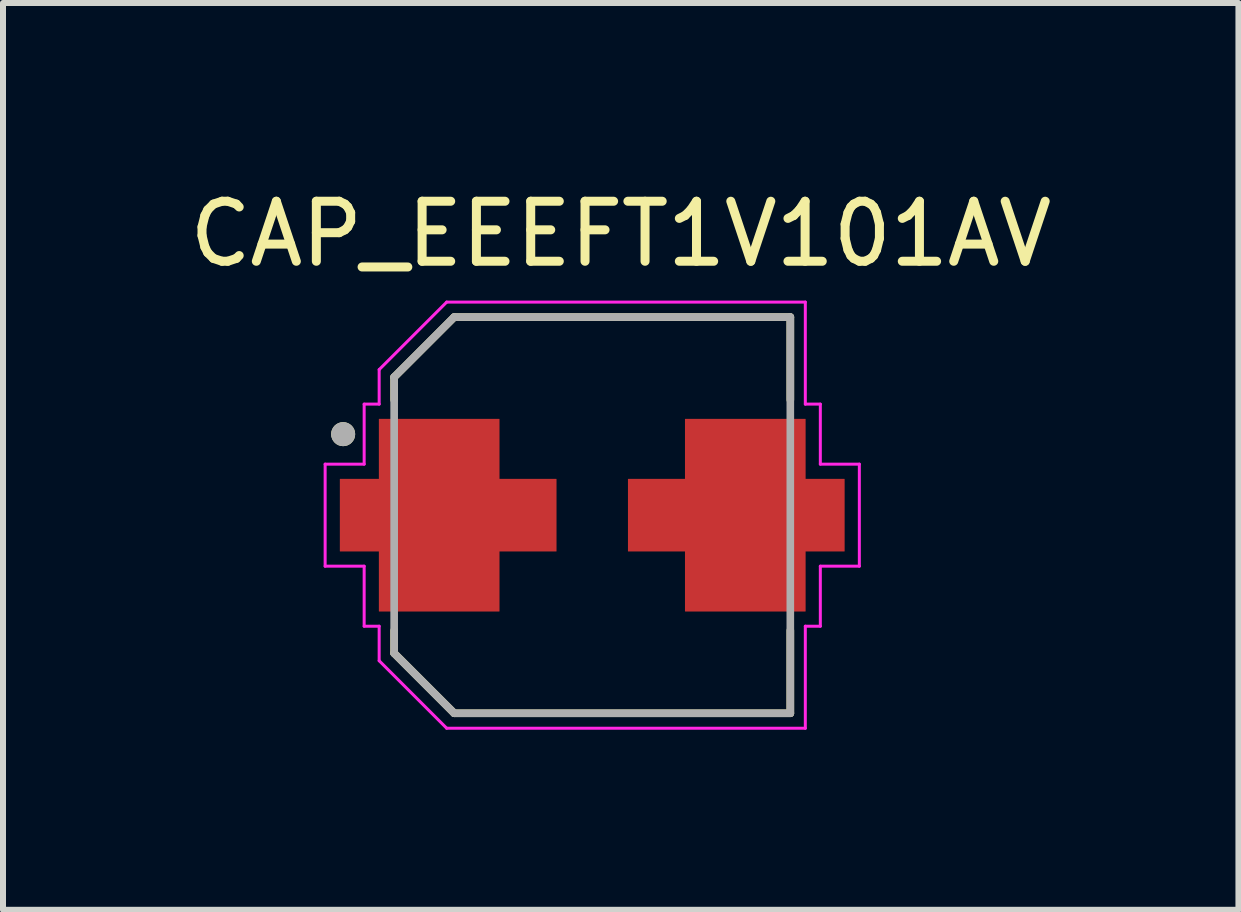
<source format=kicad_pcb>
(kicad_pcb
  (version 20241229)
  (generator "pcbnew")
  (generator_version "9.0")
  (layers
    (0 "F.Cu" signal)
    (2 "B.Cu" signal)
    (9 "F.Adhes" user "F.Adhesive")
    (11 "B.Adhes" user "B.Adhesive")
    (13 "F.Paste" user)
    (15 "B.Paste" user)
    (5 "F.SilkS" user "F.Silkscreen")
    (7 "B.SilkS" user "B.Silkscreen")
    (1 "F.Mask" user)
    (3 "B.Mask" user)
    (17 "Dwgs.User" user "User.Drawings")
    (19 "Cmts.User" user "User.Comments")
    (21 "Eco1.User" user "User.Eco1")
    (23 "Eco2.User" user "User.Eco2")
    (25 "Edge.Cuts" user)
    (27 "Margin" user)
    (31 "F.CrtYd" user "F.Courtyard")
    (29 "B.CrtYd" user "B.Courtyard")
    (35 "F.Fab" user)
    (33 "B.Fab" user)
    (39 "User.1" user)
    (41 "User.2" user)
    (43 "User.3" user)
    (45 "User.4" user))
  (footprint "CAP_EEEFT1V101AV"
    (layer "F.Cu")
    (at 6.817 5.533)
    (property "Reference" "CAP_EEEFT1V101AV" (at 0.475 -4.685 0) (layer "F.SilkS") (effects (font (size 1 1) (thickness 0.15))))
    (attr smd)
    (fp_poly (pts (xy -3.65 1.7) (xy -3.65 0.7) (xy -4.3 0.7) (xy -4.3 -0.7) (xy -3.65 -0.7) (xy -3.65 -1.7) (xy -1.45 -1.7) (xy -1.45 -0.7) (xy -0.5 -0.7) (xy -0.5 0.7) (xy -1.45 0.7) (xy -1.45 1.7)) (stroke (width 0.01) (type solid)) (fill yes) (layer "F.Mask"))
    (fp_poly (pts (xy 3.65 1.7) (xy 3.65 0.7) (xy 4.3 0.7) (xy 4.3 -0.7) (xy 3.65 -0.7) (xy 3.65 -1.7) (xy 1.45 -1.7) (xy 1.45 -0.7) (xy 0.5 -0.7) (xy 0.5 0.7) (xy 1.45 0.7) (xy 1.45 1.7)) (stroke (width 0.01) (type solid)) (fill yes) (layer "F.Mask"))
    (fp_line (start -3.3 -2.3) (end -3.3 -1.92) (stroke (width 0.127) (type solid)) (layer "F.SilkS"))
    (fp_line (start -3.3 1.92) (end -3.3 2.3) (stroke (width 0.127) (type solid)) (layer "F.SilkS"))
    (fp_line (start -3.3 2.3) (end -2.3 3.3) (stroke (width 0.127) (type solid)) (layer "F.SilkS"))
    (fp_line (start -2.3 -3.3) (end -3.3 -2.3) (stroke (width 0.127) (type solid)) (layer "F.SilkS"))
    (fp_line (start -2.3 3.3) (end 3.3 3.3) (stroke (width 0.127) (type solid)) (layer "F.SilkS"))
    (fp_line (start 3.3 -3.3) (end -2.3 -3.3) (stroke (width 0.127) (type solid)) (layer "F.SilkS"))
    (fp_line (start 3.3 -1.92) (end 3.3 -3.3) (stroke (width 0.127) (type solid)) (layer "F.SilkS"))
    (fp_line (start 3.3 3.3) (end 3.3 1.92) (stroke (width 0.127) (type solid)) (layer "F.SilkS"))
    (fp_circle (center -4.15 -1.35) (end -4.05 -1.35) (stroke (width 0.2) (type solid)) (fill no) (layer "F.SilkS"))
    (fp_poly (pts (xy -3.55 1.6) (xy -3.55 0.6) (xy -4.2 0.6) (xy -4.2 -0.6) (xy -3.55 -0.6) (xy -3.55 -1.6) (xy -1.55 -1.6) (xy -1.55 -0.6) (xy -0.6 -0.6) (xy -0.6 0.6) (xy -1.55 0.6) (xy -1.55 1.6)) (stroke (width 0.01) (type solid)) (fill yes) (layer "F.Paste"))
    (fp_poly (pts (xy 3.55 1.6) (xy 3.55 0.6) (xy 4.2 0.6) (xy 4.2 -0.6) (xy 3.55 -0.6) (xy 3.55 -1.6) (xy 1.55 -1.6) (xy 1.55 -0.6) (xy 0.6 -0.6) (xy 0.6 0.6) (xy 1.55 0.6) (xy 1.55 1.6)) (stroke (width 0.01) (type solid)) (fill yes) (layer "F.Paste"))
    (fp_line (start -4.45 -0.85) (end -3.8 -0.85) (stroke (width 0.05) (type solid)) (layer "F.CrtYd"))
    (fp_line (start -4.45 0.85) (end -4.45 -0.85) (stroke (width 0.05) (type solid)) (layer "F.CrtYd"))
    (fp_line (start -3.8 -1.85) (end -3.55 -1.85) (stroke (width 0.05) (type solid)) (layer "F.CrtYd"))
    (fp_line (start -3.8 -0.85) (end -3.8 -1.85) (stroke (width 0.05) (type solid)) (layer "F.CrtYd"))
    (fp_line (start -3.8 0.85) (end -4.45 0.85) (stroke (width 0.05) (type solid)) (layer "F.CrtYd"))
    (fp_line (start -3.8 1.85) (end -3.8 0.85) (stroke (width 0.05) (type solid)) (layer "F.CrtYd"))
    (fp_line (start -3.55 -2.425) (end -2.425 -3.55) (stroke (width 0.05) (type solid)) (layer "F.CrtYd"))
    (fp_line (start -3.55 -1.85) (end -3.55 -2.425) (stroke (width 0.05) (type solid)) (layer "F.CrtYd"))
    (fp_line (start -3.55 1.85) (end -3.8 1.85) (stroke (width 0.05) (type solid)) (layer "F.CrtYd"))
    (fp_line (start -3.55 2.425) (end -3.55 1.85) (stroke (width 0.05) (type solid)) (layer "F.CrtYd"))
    (fp_line (start -2.425 -3.55) (end 3.55 -3.55) (stroke (width 0.05) (type solid)) (layer "F.CrtYd"))
    (fp_line (start -2.425 3.55) (end -3.55 2.425) (stroke (width 0.05) (type solid)) (layer "F.CrtYd"))
    (fp_line (start 3.55 -3.55) (end 3.55 -1.85) (stroke (width 0.05) (type solid)) (layer "F.CrtYd"))
    (fp_line (start 3.55 -1.85) (end 3.8 -1.85) (stroke (width 0.05) (type solid)) (layer "F.CrtYd"))
    (fp_line (start 3.55 1.85) (end 3.55 3.55) (stroke (width 0.05) (type solid)) (layer "F.CrtYd"))
    (fp_line (start 3.55 3.55) (end -2.425 3.55) (stroke (width 0.05) (type solid)) (layer "F.CrtYd"))
    (fp_line (start 3.8 -1.85) (end 3.8 -0.85) (stroke (width 0.05) (type solid)) (layer "F.CrtYd"))
    (fp_line (start 3.8 -0.85) (end 4.45 -0.85) (stroke (width 0.05) (type solid)) (layer "F.CrtYd"))
    (fp_line (start 3.8 0.85) (end 3.8 1.85) (stroke (width 0.05) (type solid)) (layer "F.CrtYd"))
    (fp_line (start 3.8 1.85) (end 3.55 1.85) (stroke (width 0.05) (type solid)) (layer "F.CrtYd"))
    (fp_line (start 4.45 -0.85) (end 4.45 0.85) (stroke (width 0.05) (type solid)) (layer "F.CrtYd"))
    (fp_line (start 4.45 0.85) (end 3.8 0.85) (stroke (width 0.05) (type solid)) (layer "F.CrtYd"))
    (fp_line (start -3.3 -2.3) (end -3.3 2.3) (stroke (width 0.127) (type solid)) (layer "F.Fab"))
    (fp_line (start -3.3 2.3) (end -2.3 3.3) (stroke (width 0.127) (type solid)) (layer "F.Fab"))
    (fp_line (start -2.3 -3.3) (end -3.3 -2.3) (stroke (width 0.127) (type solid)) (layer "F.Fab"))
    (fp_line (start -2.3 3.3) (end 3.3 3.3) (stroke (width 0.127) (type solid)) (layer "F.Fab"))
    (fp_line (start 3.3 -3.3) (end -2.3 -3.3) (stroke (width 0.127) (type solid)) (layer "F.Fab"))
    (fp_line (start 3.3 3.3) (end 3.3 -3.3) (stroke (width 0.127) (type solid)) (layer "F.Fab"))
    (fp_circle (center -4.15 -1.35) (end -4.05 -1.35) (stroke (width 0.2) (type solid)) (fill no) (layer "F.Fab"))
    (pad "1" smd custom (at -2.55 0) (size 1.8 1.8) (layers "F.Cu") (options (anchor rect)) (primitives (gr_poly (pts (xy -1 1.6) (xy -1 0.6) (xy -1.65 0.6) (xy -1.65 -0.6) (xy -1 -0.6) (xy -1 -1.6) (xy 1 -1.6) (xy 1 -0.6) (xy 1.95 -0.6) (xy 1.95 0.6) (xy 1 0.6) (xy 1 1.6)) (width 0.01) (fill yes))))
    (pad "2" smd custom (at 2.55 0) (size 1.8 1.8) (layers "F.Cu") (options (anchor rect)) (primitives (gr_poly (pts (xy 1 1.6) (xy 1 0.6) (xy 1.65 0.6) (xy 1.65 -0.6) (xy 1 -0.6) (xy 1 -1.6) (xy -1 -1.6) (xy -1 -0.6) (xy -1.95 -0.6) (xy -1.95 0.6) (xy -1 0.6) (xy -1 1.6)) (width 0.01) (fill yes)))))
  (gr_rect
    (start -3 -3)
    (end 17.583 12.108)
    (stroke (width 0.1) (type default))
    (fill no)
    (layer "Edge.Cuts")))
</source>
